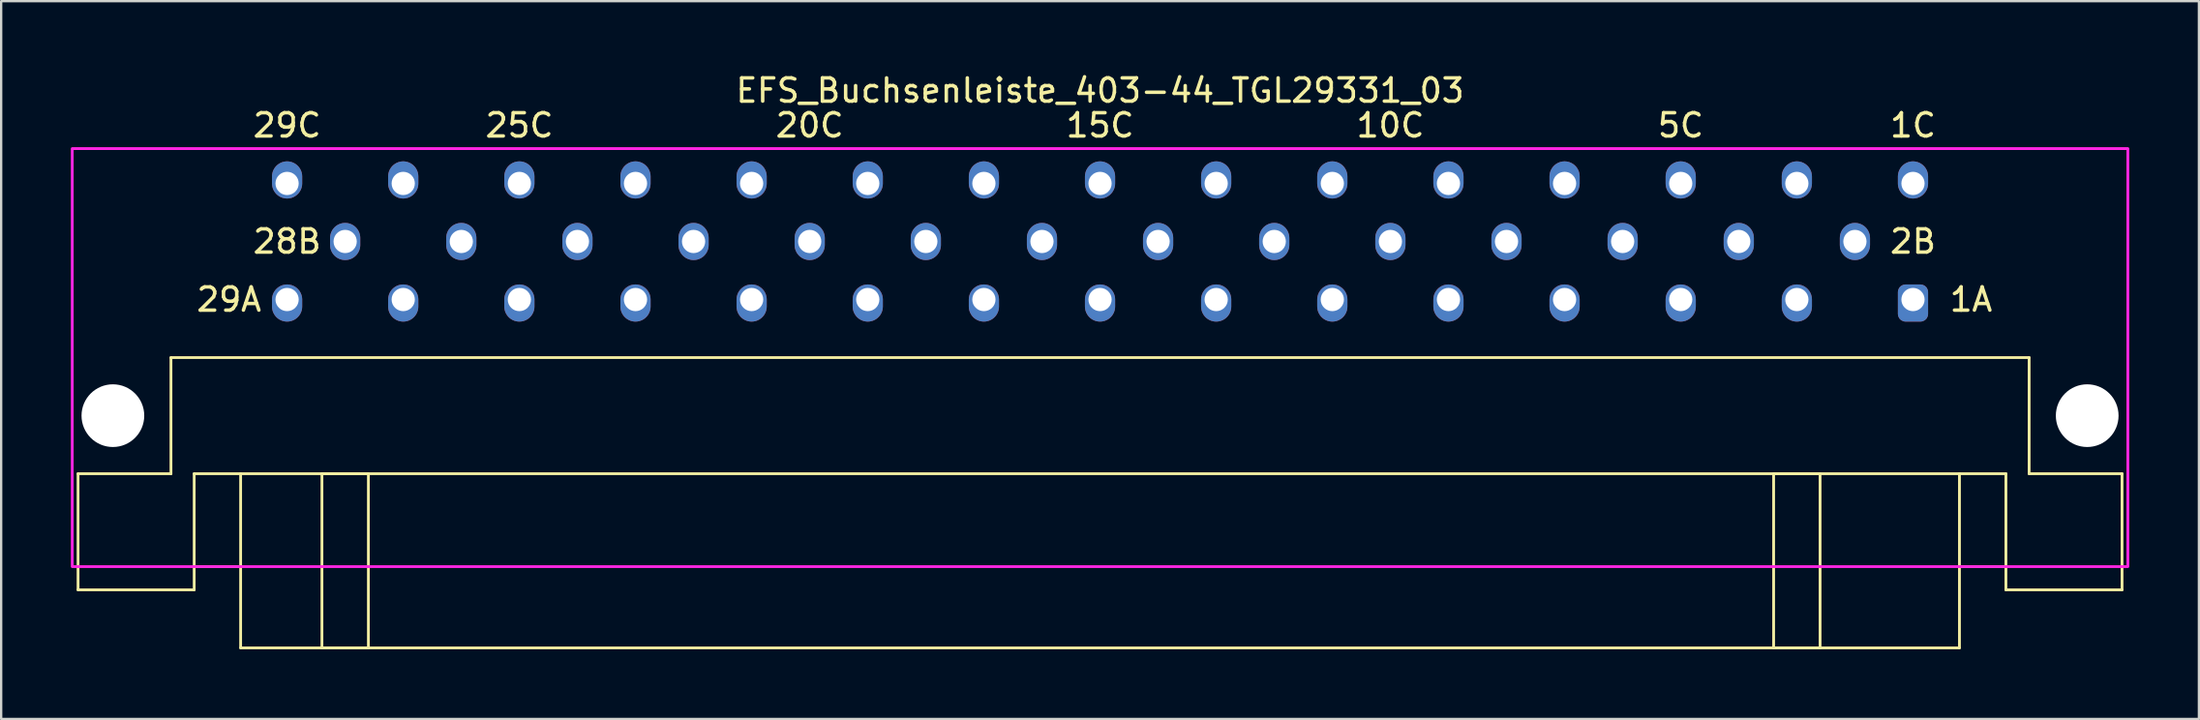
<source format=kicad_pcb>
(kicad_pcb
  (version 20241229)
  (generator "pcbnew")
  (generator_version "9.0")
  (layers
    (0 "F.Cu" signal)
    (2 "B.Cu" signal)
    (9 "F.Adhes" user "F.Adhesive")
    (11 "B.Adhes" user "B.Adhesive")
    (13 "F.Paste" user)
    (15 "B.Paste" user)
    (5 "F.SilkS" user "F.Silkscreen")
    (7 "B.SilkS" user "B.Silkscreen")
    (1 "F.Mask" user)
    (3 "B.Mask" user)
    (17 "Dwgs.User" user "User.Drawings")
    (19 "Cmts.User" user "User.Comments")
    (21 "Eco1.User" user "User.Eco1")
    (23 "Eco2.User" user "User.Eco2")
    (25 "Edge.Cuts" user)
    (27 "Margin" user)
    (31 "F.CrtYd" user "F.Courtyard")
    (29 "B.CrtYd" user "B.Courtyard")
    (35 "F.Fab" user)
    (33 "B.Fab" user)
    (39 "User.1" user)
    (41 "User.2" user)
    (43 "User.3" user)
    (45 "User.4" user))
  (footprint "EFS_Buchsenleiste_403-44_TGL29331_03"
    (layer "F.Cu")
    (at 44.31 21.348)
    (property "Reference" "EFS_Buchsenleiste_403-44_TGL29331_03" (at 0 -20.5 0) (layer "F.SilkS") (effects (font (size 1 1) (thickness 0.15))))
    (attr through_hole)
    (fp_line (start -44 -4) (end -44 1) (stroke (width 0.12) (type solid)) (layer "F.SilkS"))
    (fp_line (start -44 -4) (end -40 -4) (stroke (width 0.12) (type solid)) (layer "F.SilkS"))
    (fp_line (start -44 1) (end -39 1) (stroke (width 0.12) (type solid)) (layer "F.SilkS"))
    (fp_line (start -40 -9) (end -40 -4) (stroke (width 0.12) (type solid)) (layer "F.SilkS"))
    (fp_line (start -39 -4) (end -39 1) (stroke (width 0.12) (type solid)) (layer "F.SilkS"))
    (fp_line (start -39 -4) (end 39 -4) (stroke (width 0.12) (type solid)) (layer "F.SilkS"))
    (fp_line (start -37 0) (end -39 0) (stroke (width 0.12) (type solid)) (layer "F.SilkS"))
    (fp_line (start -37 3.5) (end -37 -4) (stroke (width 0.12) (type solid)) (layer "F.SilkS"))
    (fp_line (start -37 3.5) (end 37 3.5) (stroke (width 0.12) (type solid)) (layer "F.SilkS"))
    (fp_line (start 37 3.5) (end 37 -4) (stroke (width 0.12) (type solid)) (layer "F.SilkS"))
    (fp_line (start 39 -4) (end 39 1) (stroke (width 0.12) (type solid)) (layer "F.SilkS"))
    (fp_line (start 39 0) (end 37 0) (stroke (width 0.12) (type solid)) (layer "F.SilkS"))
    (fp_line (start 39 1) (end 44 1) (stroke (width 0.12) (type solid)) (layer "F.SilkS"))
    (fp_line (start 40 -9) (end -40 -9) (stroke (width 0.12) (type solid)) (layer "F.SilkS"))
    (fp_line (start 40 -9) (end 40 -4) (stroke (width 0.12) (type solid)) (layer "F.SilkS"))
    (fp_line (start 40 -4) (end 44 -4) (stroke (width 0.12) (type solid)) (layer "F.SilkS"))
    (fp_line (start 44 -4) (end 44 1) (stroke (width 0.12) (type solid)) (layer "F.SilkS"))
    (fp_rect (start -33.5 -4) (end -31.5 3.5) (stroke (width 0.12) (type solid)) (fill no) (layer "F.SilkS"))
    (fp_rect (start 29 -4) (end 31 3.5) (stroke (width 0.12) (type solid)) (fill no) (layer "F.SilkS"))
    (fp_rect (start -44.25 -18) (end 44.25 0) (stroke (width 0.12) (type solid)) (fill no) (layer "F.CrtYd"))
    (fp_text user "29C" (at -35 -19 180) (layer "F.SilkS") (effects (font (size 1 1) (thickness 0.15))))
    (fp_text user "10C" (at 12.5 -19 180) (layer "F.SilkS") (effects (font (size 1 1) (thickness 0.15))))
    (fp_text user "20C" (at -12.5 -19 180) (layer "F.SilkS") (effects (font (size 1 1) (thickness 0.15))))
    (fp_text user "29A" (at -37.5 -11.5 180) (layer "F.SilkS") (effects (font (size 1 1) (thickness 0.15))))
    (fp_text user "2B" (at 35 -14 180) (layer "F.SilkS") (effects (font (size 1 1) (thickness 0.15))))
    (fp_text user "5C" (at 25 -19 180) (layer "F.SilkS") (effects (font (size 1 1) (thickness 0.15))))
    (fp_text user "28B" (at -35 -14 180) (layer "F.SilkS") (effects (font (size 1 1) (thickness 0.15))))
    (fp_text user "15C" (at 0 -19 180) (layer "F.SilkS") (effects (font (size 1 1) (thickness 0.15))))
    (fp_text user "1A" (at 37.5 -11.5 180) (layer "F.SilkS") (effects (font (size 1 1) (thickness 0.15))))
    (fp_text user "25C" (at -25 -19 180) (layer "F.SilkS") (effects (font (size 1 1) (thickness 0.15))))
    (fp_text user "1C" (at 35 -19 180) (layer "F.SilkS") (effects (font (size 1 1) (thickness 0.15))))
    (pad "" np_thru_hole circle (at -42.5 -6.5 180) (size 2.7 2.7) (drill 2.7) (layers "*.Cu" "*.Mask"))
    (pad "" np_thru_hole circle (at 42.5 -6.5 180) (size 2.7 2.7) (drill 2.7) (layers "*.Cu" "*.Mask"))
    (pad "1a" thru_hole roundrect (at 35 -11.5 180) (size 1.3 1.6) (drill 1 (offset 0 -0.15)) (layers "*.Cu" "*.Mask") (roundrect_rratio 0.25))
    (pad "1c" thru_hole oval (at 35 -16.5 180) (size 1.3 1.6) (drill 1 (offset 0 0.15)) (layers "*.Cu" "*.Mask"))
    (pad "2b" thru_hole oval (at 32.5 -14 180) (size 1.3 1.6) (drill 1) (layers "*.Cu" "*.Mask"))
    (pad "3a" thru_hole oval (at 30 -11.5 180) (size 1.3 1.6) (drill 1 (offset 0 -0.15)) (layers "*.Cu" "*.Mask"))
    (pad "3c" thru_hole oval (at 30 -16.5 180) (size 1.3 1.6) (drill 1 (offset 0 0.15)) (layers "*.Cu" "*.Mask"))
    (pad "4b" thru_hole oval (at 27.5 -14 180) (size 1.3 1.6) (drill 1) (layers "*.Cu" "*.Mask"))
    (pad "5a" thru_hole oval (at 25 -11.5 180) (size 1.3 1.6) (drill 1 (offset 0 -0.15)) (layers "*.Cu" "*.Mask"))
    (pad "5c" thru_hole oval (at 25 -16.5 180) (size 1.3 1.6) (drill 1 (offset 0 0.15)) (layers "*.Cu" "*.Mask"))
    (pad "6b" thru_hole oval (at 22.5 -14 180) (size 1.3 1.6) (drill 1) (layers "*.Cu" "*.Mask"))
    (pad "7a" thru_hole oval (at 20 -11.5 180) (size 1.3 1.6) (drill 1 (offset 0 -0.15)) (layers "*.Cu" "*.Mask"))
    (pad "7c" thru_hole oval (at 20 -16.5 180) (size 1.3 1.6) (drill 1 (offset 0 0.15)) (layers "*.Cu" "*.Mask"))
    (pad "8b" thru_hole oval (at 17.5 -14 180) (size 1.3 1.6) (drill 1) (layers "*.Cu" "*.Mask"))
    (pad "9a" thru_hole oval (at 15 -11.5 180) (size 1.3 1.6) (drill 1 (offset 0 -0.15)) (layers "*.Cu" "*.Mask"))
    (pad "9c" thru_hole oval (at 15 -16.5 180) (size 1.3 1.6) (drill 1 (offset 0 0.15)) (layers "*.Cu" "*.Mask"))
    (pad "10b" thru_hole oval (at 12.5 -14 180) (size 1.3 1.6) (drill 1) (layers "*.Cu" "*.Mask"))
    (pad "11a" thru_hole oval (at 10 -11.5 180) (size 1.3 1.6) (drill 1 (offset 0 -0.15)) (layers "*.Cu" "*.Mask"))
    (pad "11c" thru_hole oval (at 10 -16.5 180) (size 1.3 1.6) (drill 1 (offset 0 0.15)) (layers "*.Cu" "*.Mask"))
    (pad "12b" thru_hole oval (at 7.5 -14 180) (size 1.3 1.6) (drill 1) (layers "*.Cu" "*.Mask"))
    (pad "13a" thru_hole oval (at 5 -11.5 180) (size 1.3 1.6) (drill 1 (offset 0 -0.15)) (layers "*.Cu" "*.Mask"))
    (pad "13c" thru_hole oval (at 5 -16.5 180) (size 1.3 1.6) (drill 1 (offset 0 0.15)) (layers "*.Cu" "*.Mask"))
    (pad "14b" thru_hole oval (at 2.5 -14 180) (size 1.3 1.6) (drill 1) (layers "*.Cu" "*.Mask"))
    (pad "15a" thru_hole oval (at 0 -11.5 180) (size 1.3 1.6) (drill 1 (offset 0 -0.15)) (layers "*.Cu" "*.Mask"))
    (pad "15c" thru_hole oval (at 0 -16.5 180) (size 1.3 1.6) (drill 1 (offset 0 0.15)) (layers "*.Cu" "*.Mask"))
    (pad "16b" thru_hole oval (at -2.5 -14 180) (size 1.3 1.6) (drill 1) (layers "*.Cu" "*.Mask"))
    (pad "17a" thru_hole oval (at -5 -11.5 180) (size 1.3 1.6) (drill 1 (offset 0 -0.15)) (layers "*.Cu" "*.Mask"))
    (pad "17c" thru_hole oval (at -5 -16.5 180) (size 1.3 1.6) (drill 1 (offset 0 0.15)) (layers "*.Cu" "*.Mask"))
    (pad "18b" thru_hole oval (at -7.5 -14 180) (size 1.3 1.6) (drill 1) (layers "*.Cu" "*.Mask"))
    (pad "19a" thru_hole oval (at -10 -11.5 180) (size 1.3 1.6) (drill 1 (offset 0 -0.15)) (layers "*.Cu" "*.Mask"))
    (pad "19c" thru_hole oval (at -10 -16.5 180) (size 1.3 1.6) (drill 1 (offset 0 0.15)) (layers "*.Cu" "*.Mask"))
    (pad "20b" thru_hole oval (at -12.5 -14 180) (size 1.3 1.6) (drill 1) (layers "*.Cu" "*.Mask"))
    (pad "21a" thru_hole oval (at -15 -11.5 180) (size 1.3 1.6) (drill 1 (offset 0 -0.15)) (layers "*.Cu" "*.Mask"))
    (pad "21c" thru_hole oval (at -15 -16.5 180) (size 1.3 1.6) (drill 1 (offset 0 0.15)) (layers "*.Cu" "*.Mask"))
    (pad "22b" thru_hole oval (at -17.5 -14 180) (size 1.3 1.6) (drill 1) (layers "*.Cu" "*.Mask"))
    (pad "23a" thru_hole oval (at -20 -11.5 180) (size 1.3 1.6) (drill 1 (offset 0 -0.15)) (layers "*.Cu" "*.Mask"))
    (pad "23c" thru_hole oval (at -20 -16.5 180) (size 1.3 1.6) (drill 1 (offset 0 0.15)) (layers "*.Cu" "*.Mask"))
    (pad "24b" thru_hole oval (at -22.5 -14 180) (size 1.3 1.6) (drill 1) (layers "*.Cu" "*.Mask"))
    (pad "25a" thru_hole oval (at -25 -11.5 180) (size 1.3 1.6) (drill 1 (offset 0 -0.15)) (layers "*.Cu" "*.Mask"))
    (pad "25c" thru_hole oval (at -25 -16.5 180) (size 1.3 1.6) (drill 1 (offset 0 0.15)) (layers "*.Cu" "*.Mask"))
    (pad "26b" thru_hole oval (at -27.5 -14 180) (size 1.3 1.6) (drill 1) (layers "*.Cu" "*.Mask"))
    (pad "27a" thru_hole oval (at -30 -11.5 180) (size 1.3 1.6) (drill 1 (offset 0 -0.15)) (layers "*.Cu" "*.Mask"))
    (pad "27c" thru_hole oval (at -30 -16.5 180) (size 1.3 1.6) (drill 1 (offset 0 0.15)) (layers "*.Cu" "*.Mask"))
    (pad "28b" thru_hole oval (at -32.5 -14 180) (size 1.3 1.6) (drill 1) (layers "*.Cu" "*.Mask"))
    (pad "29a" thru_hole oval (at -35 -11.5 180) (size 1.3 1.6) (drill 1 (offset 0 -0.15)) (layers "*.Cu" "*.Mask"))
    (pad "29c" thru_hole oval (at -35 -16.5 180) (size 1.3 1.6) (drill 1 (offset 0 0.15)) (layers "*.Cu" "*.Mask")))
  (gr_rect
    (start -3 -3)
    (end 91.62 27.908)
    (stroke (width 0.1) (type default))
    (fill no)
    (layer "Edge.Cuts")))
</source>
